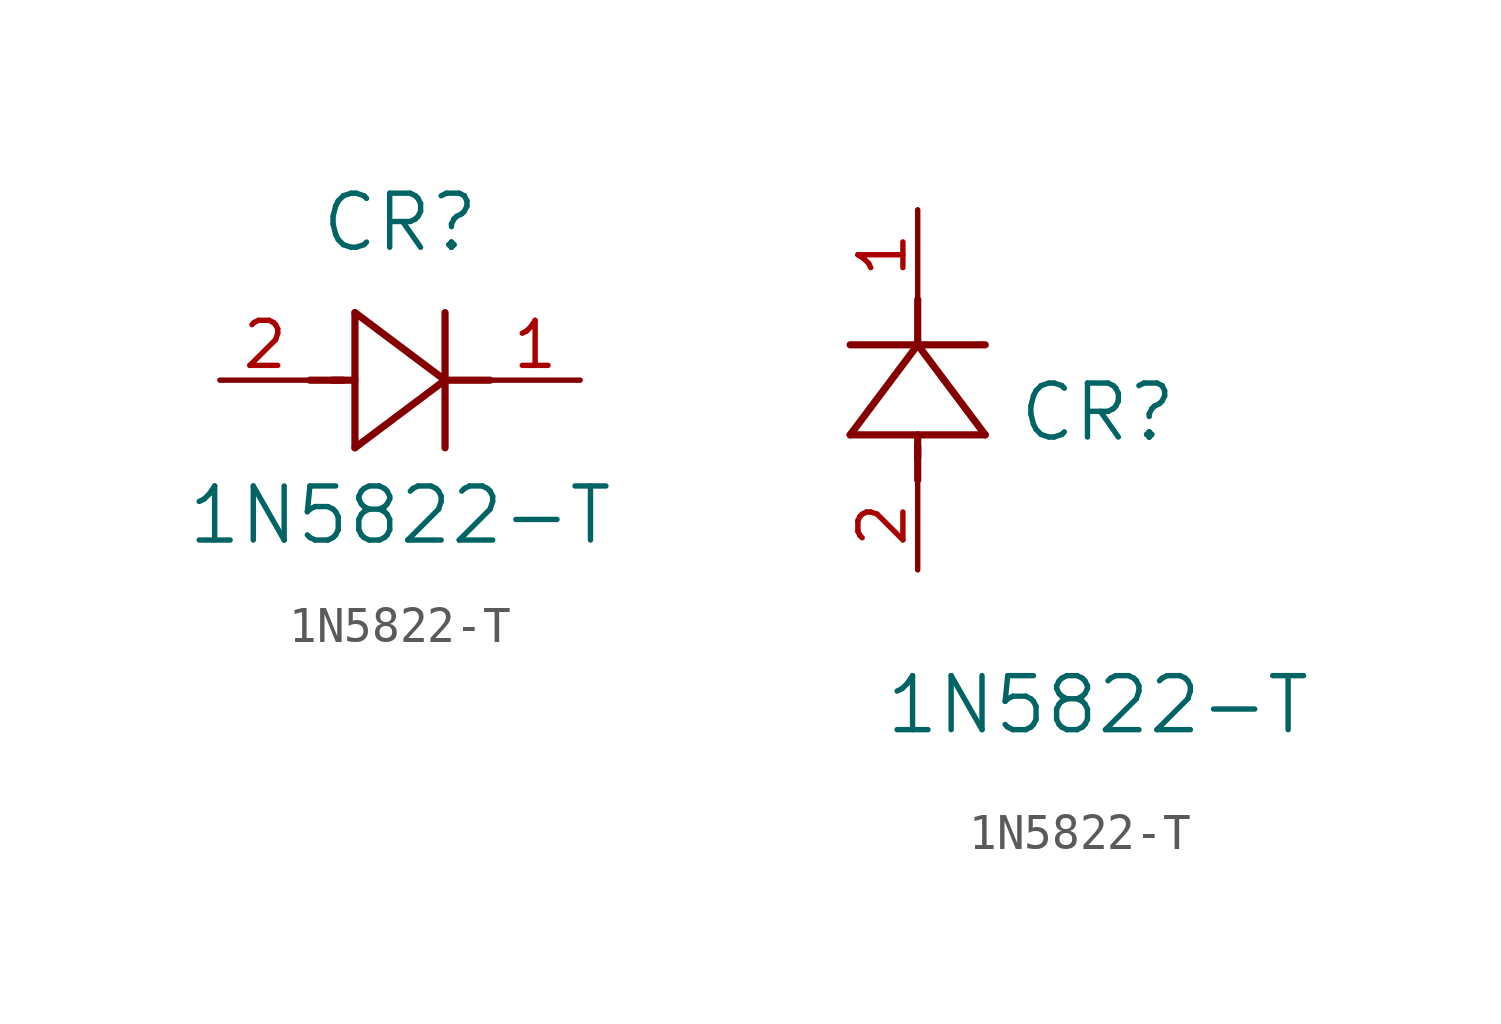
<source format=kicad_sym>
(kicad_symbol_lib
  (version 20211014)
  (generator kicad_symbol_editor)
  (symbol "1N5822-T"
    (pin_names
      (offset 0.254))
    (property "Reference" "CR"
      (at 5.08 4.445 0)
      (effects (font (size 1.524 1.524))))
    (property "Value" "1N5822-T"
      (at 5.08 -3.81 0)
      (effects (font (size 1.524 1.524))))
    (symbol "1N5822-T_1_1"
      (polyline (pts (xy 2.54 0) (xy 3.48 0)) (stroke (width 0.203) (type default) (color 0 0 0 0)) (fill (type none)))
      (polyline (pts (xy 3.81 1.905) (xy 3.81 -1.905)) (stroke (width 0.203) (type default) (color 0 0 0 0)) (fill (type none)))
      (polyline (pts (xy 3.175 0) (xy 3.81 0)) (stroke (width 0.203) (type default) (color 0 0 0 0)) (fill (type none)))
      (polyline (pts (xy 6.35 -1.905) (xy 6.35 1.905)) (stroke (width 0.203) (type default) (color 0 0 0 0)) (fill (type none)))
      (polyline (pts (xy 6.35 0) (xy 7.62 0)) (stroke (width 0.203) (type default) (color 0 0 0 0)) (fill (type none)))
      (polyline (pts (xy 6.35 0) (xy 3.81 1.905)) (stroke (width 0.203) (type default) (color 0 0 0 0)) (fill (type none)))
      (polyline (pts (xy 3.81 -1.905) (xy 6.35 0)) (stroke (width 0.203) (type default) (color 0 0 0 0)) (fill (type none)))
      (pin unspecified line (at 0 0 0) (length 2.54) (name "" (effects (font (size 1.27 1.27)))) (number "2" (effects (font (size 1.27 1.27)))))
      (pin unspecified line (at 10.16 0 180) (length 2.54) (name "" (effects (font (size 1.27 1.27)))) (number "1" (effects (font (size 1.27 1.27))))))
    (symbol "1N5822-T_1_2"
      (polyline (pts (xy 0 2.54) (xy 0 3.48)) (stroke (width 0.203) (type default) (color 0 0 0 0)) (fill (type none)))
      (polyline (pts (xy -1.905 3.81) (xy 1.905 3.81)) (stroke (width 0.203) (type default) (color 0 0 0 0)) (fill (type none)))
      (polyline (pts (xy 0 3.175) (xy 0 3.81)) (stroke (width 0.203) (type default) (color 0 0 0 0)) (fill (type none)))
      (polyline (pts (xy 1.905 6.35) (xy -1.905 6.35)) (stroke (width 0.203) (type default) (color 0 0 0 0)) (fill (type none)))
      (polyline (pts (xy 0 6.35) (xy 0 7.62)) (stroke (width 0.203) (type default) (color 0 0 0 0)) (fill (type none)))
      (polyline (pts (xy 0 6.35) (xy -1.905 3.81)) (stroke (width 0.203) (type default) (color 0 0 0 0)) (fill (type none)))
      (polyline (pts (xy 1.905 3.81) (xy 0 6.35)) (stroke (width 0.203) (type default) (color 0 0 0 0)) (fill (type none)))
      (pin unspecified line (at 0 0 90) (length 2.54) (name "" (effects (font (size 1.27 1.27)))) (number "2" (effects (font (size 1.27 1.27)))))
      (pin unspecified line (at 0 10.16 270) (length 2.54) (name "" (effects (font (size 1.27 1.27)))) (number "1" (effects (font (size 1.27 1.27))))))))
</source>
